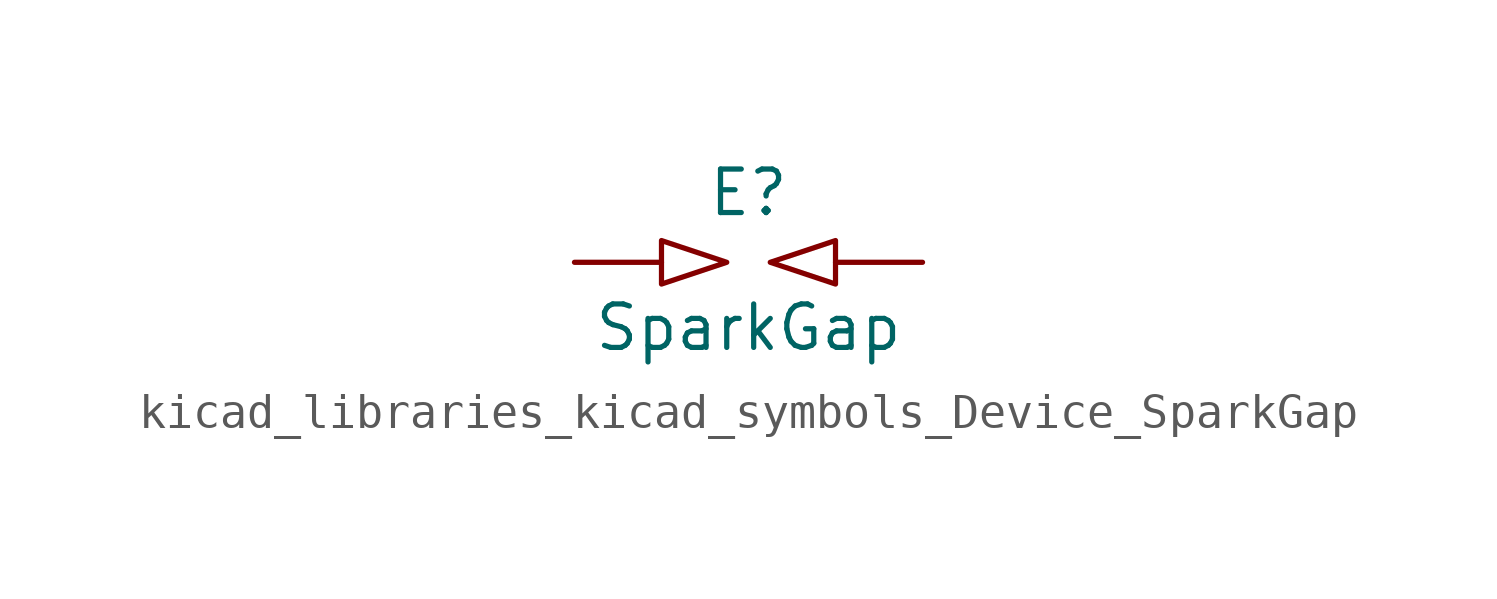
<source format=kicad_sym>
(kicad_symbol_lib
  (version 20220914)
  (generator kicad_symbol_editor)
  (symbol "kicad_libraries_kicad_symbols_Device_SparkGap"
    (pin_numbers hide)
    (pin_names
      (offset 0))
    (property "Reference" "E"
      (at 0 2.032 0)
      (effects (font (size 1.27 1.27))))
    (property "Value" "SparkGap"
      (at 0 -1.905 0)
      (effects (font (size 1.27 1.27))))
    (symbol "kicad_libraries_kicad_symbols_Device_SparkGap_0_1"
      (polyline (pts (xy -2.54 0.635) (xy -2.54 -0.635) (xy -0.635 0) (xy -2.54 0.635)) (stroke (width 0) (type default)) (fill (type none)))
      (polyline (pts (xy 2.54 0.635) (xy 2.54 -0.635) (xy 0.635 0) (xy 2.54 0.635)) (stroke (width 0) (type default)) (fill (type none))))
    (symbol "kicad_libraries_kicad_symbols_Device_SparkGap_1_1"
      (pin passive line (at -5.08 0 0) (length 2.54) (name "~" (effects (font (size 1.27 1.27)))) (number "1" (effects (font (size 1.27 1.27)))))
      (pin passive line (at 5.08 0 180) (length 2.54) (name "~" (effects (font (size 1.27 1.27)))) (number "2" (effects (font (size 1.27 1.27))))))))
</source>
